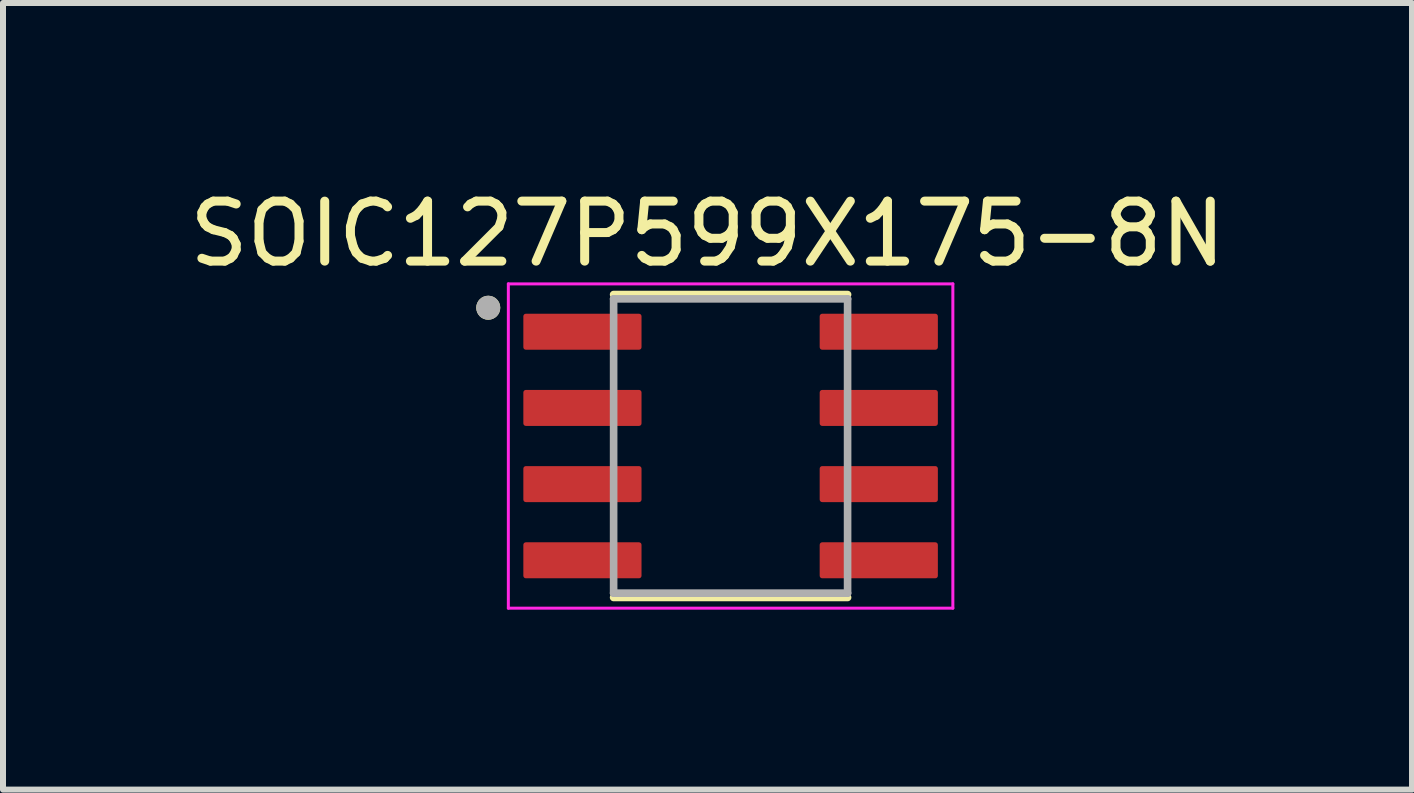
<source format=kicad_pcb>
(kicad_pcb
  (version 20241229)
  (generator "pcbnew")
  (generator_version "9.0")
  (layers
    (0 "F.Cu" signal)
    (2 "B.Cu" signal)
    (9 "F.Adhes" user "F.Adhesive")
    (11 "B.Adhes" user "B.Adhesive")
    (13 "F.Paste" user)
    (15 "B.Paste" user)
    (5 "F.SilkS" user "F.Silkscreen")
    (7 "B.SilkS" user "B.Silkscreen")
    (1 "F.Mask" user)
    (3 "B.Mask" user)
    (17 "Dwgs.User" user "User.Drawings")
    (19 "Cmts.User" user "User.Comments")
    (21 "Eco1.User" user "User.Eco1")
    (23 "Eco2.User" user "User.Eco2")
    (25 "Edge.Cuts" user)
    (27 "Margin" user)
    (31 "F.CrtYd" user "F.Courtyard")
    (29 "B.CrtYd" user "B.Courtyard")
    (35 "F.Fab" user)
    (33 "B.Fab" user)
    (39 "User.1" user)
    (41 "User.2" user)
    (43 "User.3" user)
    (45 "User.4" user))
  (footprint "SOIC127P599X175-8N"
    (layer "F.Cu")
    (at 9.129 4.385)
    (property "Reference" "SOIC127P599X175-8N" (at -0.385 -3.537 0) (layer "F.SilkS") (effects (font (size 1 1) (thickness 0.15))))
    (attr through_hole)
    (fp_line (start -1.95 -2.525) (end 1.95 -2.525) (stroke (width 0.127) (type solid)) (layer "F.SilkS"))
    (fp_line (start -1.95 2.525) (end 1.95 2.525) (stroke (width 0.127) (type solid)) (layer "F.SilkS"))
    (fp_circle (center -4.04 -2.305) (end -3.94 -2.305) (stroke (width 0.2) (type solid)) (fill no) (layer "F.SilkS"))
    (fp_line (start -3.705 -2.703) (end -3.705 2.703) (stroke (width 0.05) (type solid)) (layer "F.CrtYd"))
    (fp_line (start -3.705 -2.703) (end 3.705 -2.703) (stroke (width 0.05) (type solid)) (layer "F.CrtYd"))
    (fp_line (start -3.705 2.703) (end 3.705 2.703) (stroke (width 0.05) (type solid)) (layer "F.CrtYd"))
    (fp_line (start 3.705 -2.703) (end 3.705 2.703) (stroke (width 0.05) (type solid)) (layer "F.CrtYd"))
    (fp_line (start -1.95 -2.453) (end -1.95 2.453) (stroke (width 0.127) (type solid)) (layer "F.Fab"))
    (fp_line (start -1.95 -2.453) (end 1.95 -2.453) (stroke (width 0.127) (type solid)) (layer "F.Fab"))
    (fp_line (start -1.95 2.453) (end 1.95 2.453) (stroke (width 0.127) (type solid)) (layer "F.Fab"))
    (fp_line (start 1.95 -2.453) (end 1.95 2.453) (stroke (width 0.127) (type solid)) (layer "F.Fab"))
    (fp_circle (center -4.04 -2.305) (end -3.94 -2.305) (stroke (width 0.2) (type solid)) (fill no) (layer "F.Fab"))
    (pad "1" smd roundrect (at -2.47 -1.905) (size 1.97 0.6) (layers "F.Cu" "F.Mask" "F.Paste") (roundrect_rratio 0.07))
    (pad "2" smd roundrect (at -2.47 -0.635) (size 1.97 0.6) (layers "F.Cu" "F.Mask" "F.Paste") (roundrect_rratio 0.07))
    (pad "3" smd roundrect (at -2.47 0.635) (size 1.97 0.6) (layers "F.Cu" "F.Mask" "F.Paste") (roundrect_rratio 0.07))
    (pad "4" smd roundrect (at -2.47 1.905) (size 1.97 0.6) (layers "F.Cu" "F.Mask" "F.Paste") (roundrect_rratio 0.07))
    (pad "5" smd roundrect (at 2.47 1.905) (size 1.97 0.6) (layers "F.Cu" "F.Mask" "F.Paste") (roundrect_rratio 0.07))
    (pad "6" smd roundrect (at 2.47 0.635) (size 1.97 0.6) (layers "F.Cu" "F.Mask" "F.Paste") (roundrect_rratio 0.07))
    (pad "7" smd roundrect (at 2.47 -0.635) (size 1.97 0.6) (layers "F.Cu" "F.Mask" "F.Paste") (roundrect_rratio 0.07))
    (pad "8" smd roundrect (at 2.47 -1.905) (size 1.97 0.6) (layers "F.Cu" "F.Mask" "F.Paste") (roundrect_rratio 0.07)))
  (gr_rect
    (start -3 -3)
    (end 20.488 10.113)
    (stroke (width 0.1) (type default))
    (fill no)
    (layer "Edge.Cuts")))
</source>
